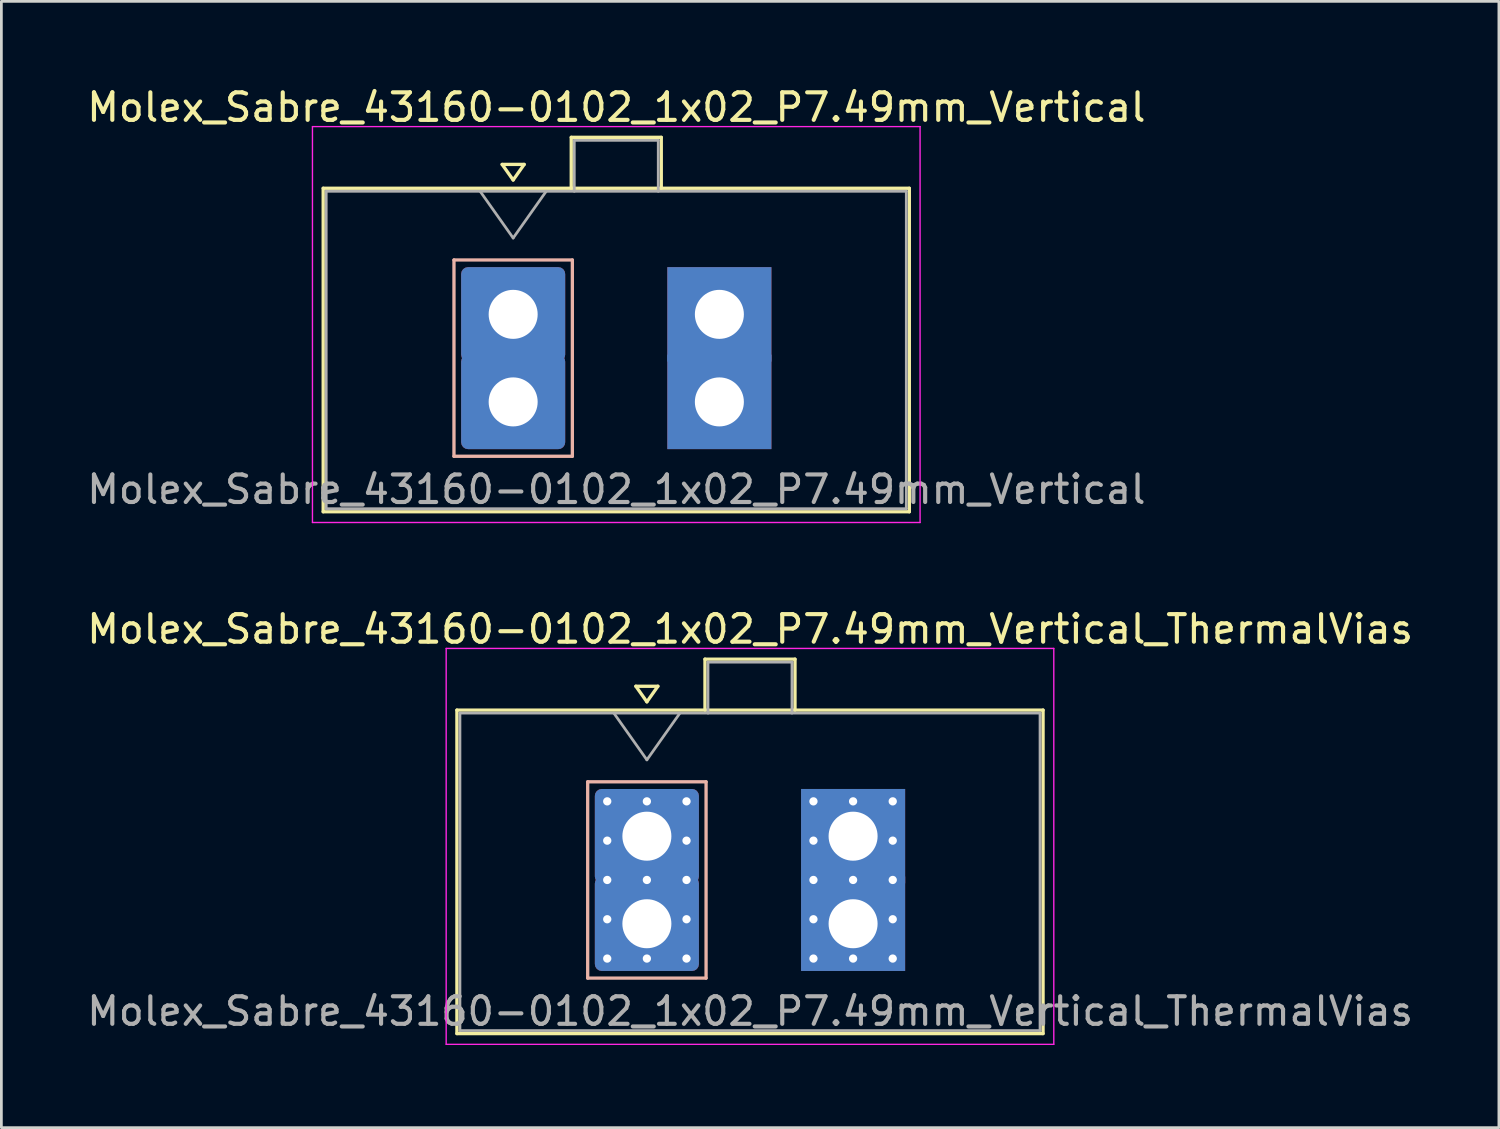
<source format=kicad_pcb>
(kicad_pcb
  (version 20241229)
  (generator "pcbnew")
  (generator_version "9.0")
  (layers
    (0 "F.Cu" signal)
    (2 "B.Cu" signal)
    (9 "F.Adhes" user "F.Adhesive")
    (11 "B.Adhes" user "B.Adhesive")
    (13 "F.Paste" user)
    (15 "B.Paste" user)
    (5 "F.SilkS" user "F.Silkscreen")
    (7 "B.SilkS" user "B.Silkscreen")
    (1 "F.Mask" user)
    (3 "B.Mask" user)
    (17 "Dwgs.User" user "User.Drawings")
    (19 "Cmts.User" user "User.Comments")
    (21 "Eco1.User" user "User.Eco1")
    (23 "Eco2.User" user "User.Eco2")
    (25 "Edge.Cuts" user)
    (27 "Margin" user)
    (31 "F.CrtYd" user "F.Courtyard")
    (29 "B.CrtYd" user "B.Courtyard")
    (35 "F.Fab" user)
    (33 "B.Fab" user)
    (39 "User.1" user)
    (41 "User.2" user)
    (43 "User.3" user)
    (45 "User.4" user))
  (footprint "Molex_Sabre_43160-0102_1x02_P7.49mm_Vertical_ThermalVias"
    (layer "F.Cu")
    (at 20.446 30.502)
    (property "Reference" "Molex_Sabre_43160-0102_1x02_P7.49mm_Vertical_ThermalVias" (at 3.75 -10.7 0) (layer "F.SilkS") (effects (font (size 1 1) (thickness 0.15))))
    (attr through_hole)
    (fp_line (start -6.9 -7.76) (end -6.9 3.99) (stroke (width 0.12) (type solid)) (layer "F.SilkS"))
    (fp_line (start -6.9 3.99) (end 14.39 3.99) (stroke (width 0.12) (type solid)) (layer "F.SilkS"))
    (fp_line (start -0.4 -8.626) (end 0 -8.06) (stroke (width 0.12) (type solid)) (layer "F.SilkS"))
    (fp_line (start 0 -8.06) (end 0.4 -8.626) (stroke (width 0.12) (type solid)) (layer "F.SilkS"))
    (fp_line (start 0.4 -8.626) (end -0.4 -8.626) (stroke (width 0.12) (type solid)) (layer "F.SilkS"))
    (fp_line (start 2.11 -9.61) (end 5.38 -9.61) (stroke (width 0.12) (type solid)) (layer "F.SilkS"))
    (fp_line (start 2.11 -7.76) (end 2.11 -9.61) (stroke (width 0.12) (type solid)) (layer "F.SilkS"))
    (fp_line (start 5.38 -9.61) (end 5.38 -7.76) (stroke (width 0.12) (type solid)) (layer "F.SilkS"))
    (fp_line (start 14.39 -7.76) (end -6.9 -7.76) (stroke (width 0.12) (type solid)) (layer "F.SilkS"))
    (fp_line (start 14.39 3.99) (end 14.39 -7.76) (stroke (width 0.12) (type solid)) (layer "F.SilkS"))
    (fp_line (start -2.15 -5.155) (end -2.15 1.975) (stroke (width 0.12) (type solid)) (layer "B.SilkS"))
    (fp_line (start -2.15 1.975) (end 2.15 1.975) (stroke (width 0.12) (type solid)) (layer "B.SilkS"))
    (fp_line (start 2.15 -5.155) (end -2.15 -5.155) (stroke (width 0.12) (type solid)) (layer "B.SilkS"))
    (fp_line (start 2.15 1.975) (end 2.15 -5.155) (stroke (width 0.12) (type solid)) (layer "B.SilkS"))
    (fp_line (start -7.29 -10) (end -7.29 4.38) (stroke (width 0.05) (type solid)) (layer "F.CrtYd"))
    (fp_line (start -7.29 4.38) (end 14.78 4.38) (stroke (width 0.05) (type solid)) (layer "F.CrtYd"))
    (fp_line (start 14.78 -10) (end -7.29 -10) (stroke (width 0.05) (type solid)) (layer "F.CrtYd"))
    (fp_line (start 14.78 4.38) (end 14.78 -10) (stroke (width 0.05) (type solid)) (layer "F.CrtYd"))
    (fp_line (start -6.79 -7.65) (end -6.79 3.88) (stroke (width 0.1) (type solid)) (layer "F.Fab"))
    (fp_line (start -6.79 3.88) (end 14.28 3.88) (stroke (width 0.1) (type solid)) (layer "F.Fab"))
    (fp_line (start -1.2 -7.65) (end 0 -5.953) (stroke (width 0.1) (type solid)) (layer "F.Fab"))
    (fp_line (start 0 -5.953) (end 1.2 -7.65) (stroke (width 0.1) (type solid)) (layer "F.Fab"))
    (fp_line (start 2.22 -9.5) (end 5.27 -9.5) (stroke (width 0.1) (type solid)) (layer "F.Fab"))
    (fp_line (start 2.22 -7.65) (end 2.22 -9.5) (stroke (width 0.1) (type solid)) (layer "F.Fab"))
    (fp_line (start 5.27 -9.5) (end 5.27 -7.65) (stroke (width 0.1) (type solid)) (layer "F.Fab"))
    (fp_line (start 14.28 -7.65) (end -6.79 -7.65) (stroke (width 0.1) (type solid)) (layer "F.Fab"))
    (fp_line (start 14.28 3.88) (end 14.28 -7.65) (stroke (width 0.1) (type solid)) (layer "F.Fab"))
    (fp_text user "${REFERENCE}" (at 3.75 3.18 0) (layer "F.Fab") (effects (font (size 1 1) (thickness 0.15))))
    (pad "1" thru_hole roundrect (at -1.44 -4.445) (size 0.6 0.6) (drill 0.3) (layers "*.Cu" "*.Mask") (roundrect_rratio 0.25))
    (pad "1" thru_hole roundrect (at -1.44 -3.018) (size 0.6 0.6) (drill 0.3) (layers "*.Cu" "*.Mask") (roundrect_rratio 0.25))
    (pad "1" thru_hole roundrect (at -1.44 -1.59) (size 0.6 0.6) (drill 0.3) (layers "*.Cu" "*.Mask") (roundrect_rratio 0.25))
    (pad "1" thru_hole roundrect (at -1.44 -0.163) (size 0.6 0.6) (drill 0.3) (layers "*.Cu" "*.Mask") (roundrect_rratio 0.25))
    (pad "1" thru_hole roundrect (at -1.44 1.265) (size 0.6 0.6) (drill 0.3) (layers "*.Cu" "*.Mask") (roundrect_rratio 0.25))
    (pad "1" thru_hole roundrect (at 0 -4.445) (size 0.6 0.6) (drill 0.3) (layers "*.Cu" "*.Mask") (roundrect_rratio 0.25))
    (pad "1" thru_hole roundrect (at 0 -3.18) (size 3.78 3.43) (drill 1.78) (layers "*.Cu" "*.Mask") (roundrect_rratio 0.073))
    (pad "1" thru_hole roundrect (at 0 -1.59) (size 0.6 0.6) (drill 0.3) (layers "*.Cu" "*.Mask") (roundrect_rratio 0.25))
    (pad "1" thru_hole roundrect (at 0 0) (size 3.78 3.43) (drill 1.78) (layers "*.Cu" "*.Mask") (roundrect_rratio 0.073))
    (pad "1" thru_hole roundrect (at 0 1.265) (size 0.6 0.6) (drill 0.3) (layers "*.Cu" "*.Mask") (roundrect_rratio 0.25))
    (pad "1" thru_hole roundrect (at 1.44 -4.445) (size 0.6 0.6) (drill 0.3) (layers "*.Cu" "*.Mask") (roundrect_rratio 0.25))
    (pad "1" thru_hole roundrect (at 1.44 -3.018) (size 0.6 0.6) (drill 0.3) (layers "*.Cu" "*.Mask") (roundrect_rratio 0.25))
    (pad "1" thru_hole roundrect (at 1.44 -1.59) (size 0.6 0.6) (drill 0.3) (layers "*.Cu" "*.Mask") (roundrect_rratio 0.25))
    (pad "1" thru_hole roundrect (at 1.44 -0.163) (size 0.6 0.6) (drill 0.3) (layers "*.Cu" "*.Mask") (roundrect_rratio 0.25))
    (pad "1" thru_hole roundrect (at 1.44 1.265) (size 0.6 0.6) (drill 0.3) (layers "*.Cu" "*.Mask") (roundrect_rratio 0.25))
    (pad "2" thru_hole circle (at 6.05 -4.445) (size 0.6 0.6) (drill 0.3) (layers "*.Cu" "*.Mask"))
    (pad "2" thru_hole circle (at 6.05 -3.018) (size 0.6 0.6) (drill 0.3) (layers "*.Cu" "*.Mask"))
    (pad "2" thru_hole circle (at 6.05 -1.59) (size 0.6 0.6) (drill 0.3) (layers "*.Cu" "*.Mask"))
    (pad "2" thru_hole circle (at 6.05 -0.163) (size 0.6 0.6) (drill 0.3) (layers "*.Cu" "*.Mask"))
    (pad "2" thru_hole circle (at 6.05 1.265) (size 0.6 0.6) (drill 0.3) (layers "*.Cu" "*.Mask"))
    (pad "2" thru_hole circle (at 7.49 -4.445) (size 0.6 0.6) (drill 0.3) (layers "*.Cu" "*.Mask"))
    (pad "2" thru_hole rect (at 7.49 -3.18) (size 3.78 3.43) (drill 1.78) (layers "*.Cu" "*.Mask"))
    (pad "2" thru_hole circle (at 7.49 -1.59) (size 0.6 0.6) (drill 0.3) (layers "*.Cu" "*.Mask"))
    (pad "2" thru_hole rect (at 7.49 0) (size 3.78 3.43) (drill 1.78) (layers "*.Cu" "*.Mask"))
    (pad "2" thru_hole circle (at 7.49 1.265) (size 0.6 0.6) (drill 0.3) (layers "*.Cu" "*.Mask"))
    (pad "2" thru_hole circle (at 8.93 -4.445) (size 0.6 0.6) (drill 0.3) (layers "*.Cu" "*.Mask"))
    (pad "2" thru_hole circle (at 8.93 -3.018) (size 0.6 0.6) (drill 0.3) (layers "*.Cu" "*.Mask"))
    (pad "2" thru_hole circle (at 8.93 -1.59) (size 0.6 0.6) (drill 0.3) (layers "*.Cu" "*.Mask"))
    (pad "2" thru_hole circle (at 8.93 -0.163) (size 0.6 0.6) (drill 0.3) (layers "*.Cu" "*.Mask"))
    (pad "2" thru_hole circle (at 8.93 1.265) (size 0.6 0.6) (drill 0.3) (layers "*.Cu" "*.Mask")))
  (footprint "Molex_Sabre_43160-0102_1x02_P7.49mm_Vertical"
    (layer "F.Cu")
    (at 15.589 11.548)
    (property "Reference" "Molex_Sabre_43160-0102_1x02_P7.49mm_Vertical" (at 3.75 -10.7 0) (layer "F.SilkS") (effects (font (size 1 1) (thickness 0.15))))
    (attr through_hole)
    (fp_line (start -6.9 -7.76) (end -6.9 3.99) (stroke (width 0.12) (type solid)) (layer "F.SilkS"))
    (fp_line (start -6.9 3.99) (end 14.39 3.99) (stroke (width 0.12) (type solid)) (layer "F.SilkS"))
    (fp_line (start -0.4 -8.626) (end 0 -8.06) (stroke (width 0.12) (type solid)) (layer "F.SilkS"))
    (fp_line (start 0 -8.06) (end 0.4 -8.626) (stroke (width 0.12) (type solid)) (layer "F.SilkS"))
    (fp_line (start 0.4 -8.626) (end -0.4 -8.626) (stroke (width 0.12) (type solid)) (layer "F.SilkS"))
    (fp_line (start 2.11 -9.61) (end 5.38 -9.61) (stroke (width 0.12) (type solid)) (layer "F.SilkS"))
    (fp_line (start 2.11 -7.76) (end 2.11 -9.61) (stroke (width 0.12) (type solid)) (layer "F.SilkS"))
    (fp_line (start 5.38 -9.61) (end 5.38 -7.76) (stroke (width 0.12) (type solid)) (layer "F.SilkS"))
    (fp_line (start 14.39 -7.76) (end -6.9 -7.76) (stroke (width 0.12) (type solid)) (layer "F.SilkS"))
    (fp_line (start 14.39 3.99) (end 14.39 -7.76) (stroke (width 0.12) (type solid)) (layer "F.SilkS"))
    (fp_line (start -2.15 -5.155) (end -2.15 1.975) (stroke (width 0.12) (type solid)) (layer "B.SilkS"))
    (fp_line (start -2.15 1.975) (end 2.15 1.975) (stroke (width 0.12) (type solid)) (layer "B.SilkS"))
    (fp_line (start 2.15 -5.155) (end -2.15 -5.155) (stroke (width 0.12) (type solid)) (layer "B.SilkS"))
    (fp_line (start 2.15 1.975) (end 2.15 -5.155) (stroke (width 0.12) (type solid)) (layer "B.SilkS"))
    (fp_line (start -7.29 -10) (end -7.29 4.38) (stroke (width 0.05) (type solid)) (layer "F.CrtYd"))
    (fp_line (start -7.29 4.38) (end 14.78 4.38) (stroke (width 0.05) (type solid)) (layer "F.CrtYd"))
    (fp_line (start 14.78 -10) (end -7.29 -10) (stroke (width 0.05) (type solid)) (layer "F.CrtYd"))
    (fp_line (start 14.78 4.38) (end 14.78 -10) (stroke (width 0.05) (type solid)) (layer "F.CrtYd"))
    (fp_line (start -6.79 -7.65) (end -6.79 3.88) (stroke (width 0.1) (type solid)) (layer "F.Fab"))
    (fp_line (start -6.79 3.88) (end 14.28 3.88) (stroke (width 0.1) (type solid)) (layer "F.Fab"))
    (fp_line (start -1.2 -7.65) (end 0 -5.953) (stroke (width 0.1) (type solid)) (layer "F.Fab"))
    (fp_line (start 0 -5.953) (end 1.2 -7.65) (stroke (width 0.1) (type solid)) (layer "F.Fab"))
    (fp_line (start 2.22 -9.5) (end 5.27 -9.5) (stroke (width 0.1) (type solid)) (layer "F.Fab"))
    (fp_line (start 2.22 -7.65) (end 2.22 -9.5) (stroke (width 0.1) (type solid)) (layer "F.Fab"))
    (fp_line (start 5.27 -9.5) (end 5.27 -7.65) (stroke (width 0.1) (type solid)) (layer "F.Fab"))
    (fp_line (start 14.28 -7.65) (end -6.79 -7.65) (stroke (width 0.1) (type solid)) (layer "F.Fab"))
    (fp_line (start 14.28 3.88) (end 14.28 -7.65) (stroke (width 0.1) (type solid)) (layer "F.Fab"))
    (fp_text user "${REFERENCE}" (at 3.75 3.18 0) (layer "F.Fab") (effects (font (size 1 1) (thickness 0.15))))
    (pad "1" thru_hole roundrect (at 0 -3.18) (size 3.78 3.43) (drill 1.78) (layers "*.Cu" "*.Mask") (roundrect_rratio 0.073))
    (pad "1" thru_hole roundrect (at 0 0) (size 3.78 3.43) (drill 1.78) (layers "*.Cu" "*.Mask") (roundrect_rratio 0.073))
    (pad "2" thru_hole rect (at 7.49 -3.18) (size 3.78 3.43) (drill 1.78) (layers "*.Cu" "*.Mask"))
    (pad "2" thru_hole rect (at 7.49 0) (size 3.78 3.43) (drill 1.78) (layers "*.Cu" "*.Mask")))
  (gr_rect
    (start -3 -3)
    (end 51.393 37.907)
    (stroke (width 0.1) (type default))
    (fill no)
    (layer "Edge.Cuts")))
</source>
